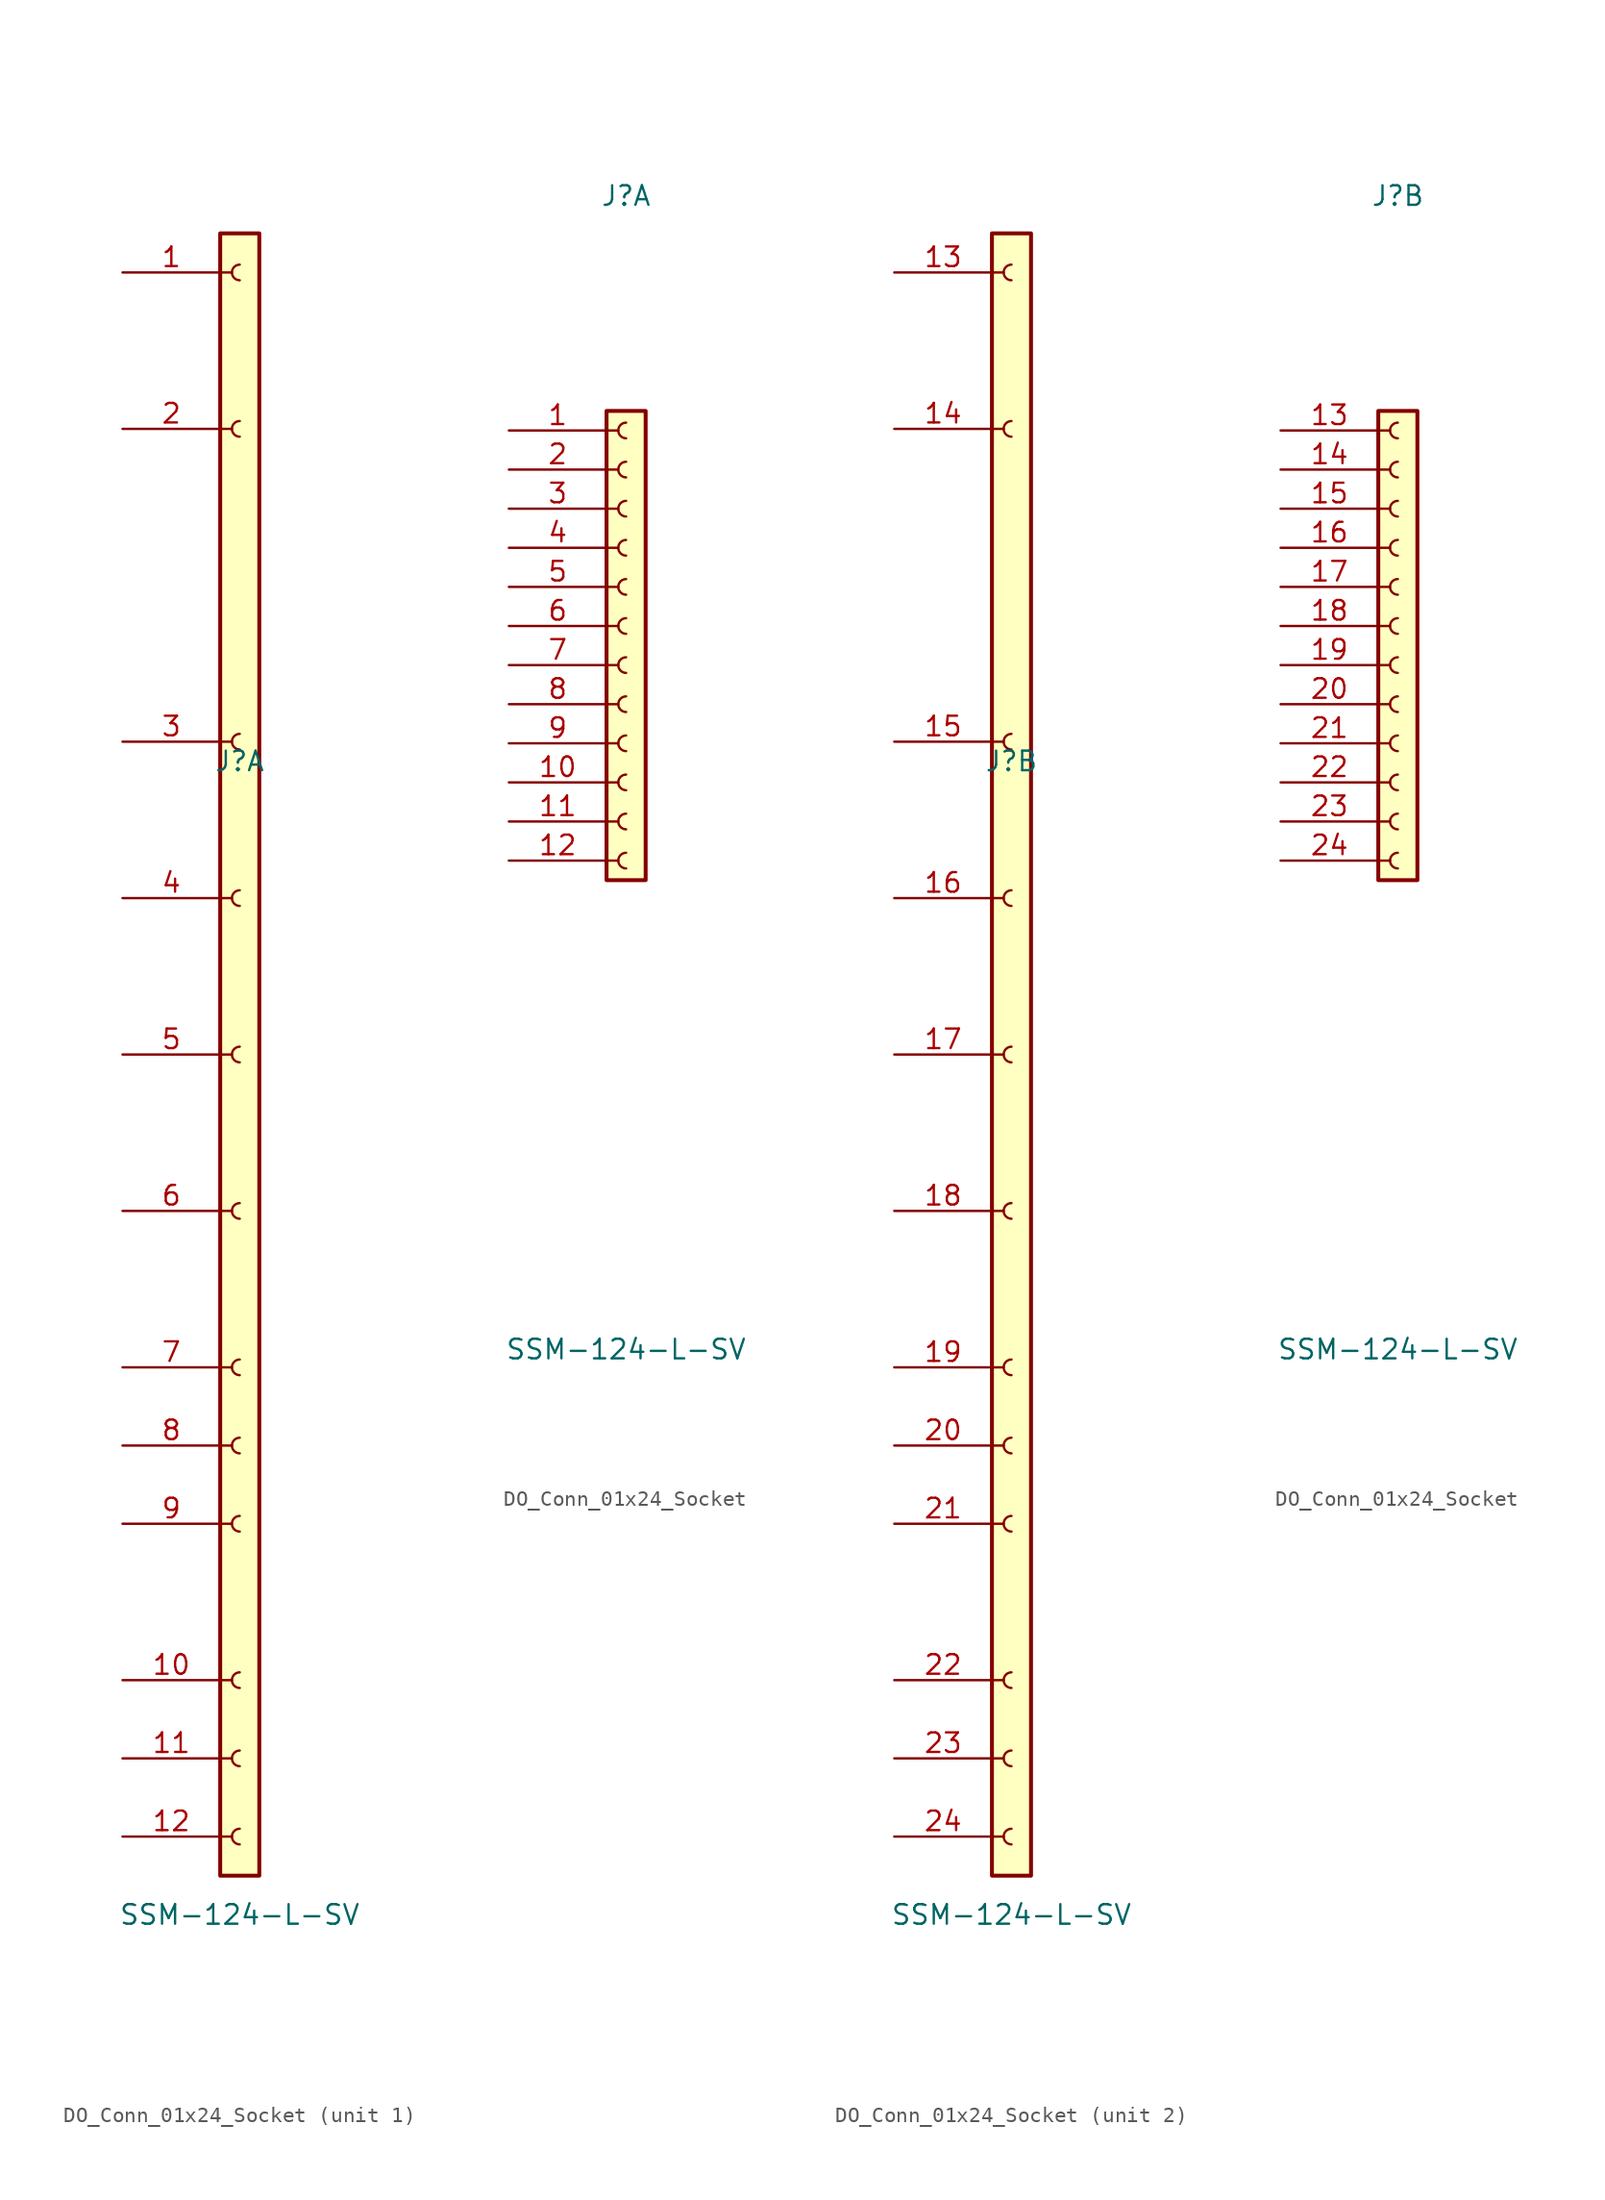
<source format=kicad_sym>
(kicad_symbol_lib
  (version 20220914)
  (generator kicad_symbol_editor)
  (symbol "DO_Conn_01x24_Socket"
    (pin_names
      (offset 1.016) hide)
    (property "Reference" "J"
      (at 0 29.21 0)
      (effects (font (size 1.27 1.27))))
    (property "Value" "SSM-124-L-SV"
      (at 0 -45.72 0)
      (effects (font (size 1.27 1.27))))
    (property "ki_locked" ""
      (at 0 0 0)
      (effects (font (size 1.27 1.27))))
    (symbol "DO_Conn_01x24_Socket_1_1"
      (rectangle (start -1.27 63.5) (end 1.27 -43.18) (stroke (width 0.254) (type default)) (fill (type background)))
      (arc (start 0 -40.132) (mid -0.5058 -40.64) (end 0 -41.148) (stroke (width 0.1524) (type default)) (fill (type none)))
      (arc (start 0 -35.052) (mid -0.5058 -35.56) (end 0 -36.068) (stroke (width 0.1524) (type default)) (fill (type none)))
      (arc (start 0 -29.972) (mid -0.5058 -30.48) (end 0 -30.988) (stroke (width 0.1524) (type default)) (fill (type none)))
      (arc (start 0 -19.812) (mid -0.5058 -20.32) (end 0 -20.828) (stroke (width 0.1524) (type default)) (fill (type none)))
      (arc (start 0 -14.732) (mid -0.5058 -15.24) (end 0 -15.748) (stroke (width 0.1524) (type default)) (fill (type none)))
      (arc (start 0 -9.652) (mid -0.5058 -10.16) (end 0 -10.668) (stroke (width 0.1524) (type default)) (fill (type none)))
      (polyline (pts (xy -1.27 -40.64) (xy -0.508 -40.64)) (stroke (width 0.152) (type default)) (fill (type none)))
      (polyline (pts (xy -1.27 -35.56) (xy -0.508 -35.56)) (stroke (width 0.152) (type default)) (fill (type none)))
      (polyline (pts (xy -1.27 -30.48) (xy -0.508 -30.48)) (stroke (width 0.152) (type default)) (fill (type none)))
      (polyline (pts (xy -1.27 -20.32) (xy -0.508 -20.32)) (stroke (width 0.152) (type default)) (fill (type none)))
      (polyline (pts (xy -1.27 -15.24) (xy -0.508 -15.24)) (stroke (width 0.152) (type default)) (fill (type none)))
      (polyline (pts (xy -1.27 -10.16) (xy -0.508 -10.16)) (stroke (width 0.152) (type default)) (fill (type none)))
      (polyline (pts (xy -1.27 0) (xy -0.508 0)) (stroke (width 0.152) (type default)) (fill (type none)))
      (polyline (pts (xy -1.27 10.16) (xy -0.508 10.16)) (stroke (width 0.152) (type default)) (fill (type none)))
      (polyline (pts (xy -1.27 20.32) (xy -0.508 20.32)) (stroke (width 0.152) (type default)) (fill (type none)))
      (polyline (pts (xy -1.27 30.48) (xy -0.508 30.48)) (stroke (width 0.152) (type default)) (fill (type none)))
      (polyline (pts (xy -1.27 50.8) (xy -0.508 50.8)) (stroke (width 0.152) (type default)) (fill (type none)))
      (polyline (pts (xy -1.27 60.96) (xy -0.508 60.96)) (stroke (width 0.152) (type default)) (fill (type none)))
      (arc (start 0 0.508) (mid -0.5058 0) (end 0 -0.508) (stroke (width 0.1524) (type default)) (fill (type none)))
      (arc (start 0 10.668) (mid -0.5058 10.16) (end 0 9.652) (stroke (width 0.1524) (type default)) (fill (type none)))
      (arc (start 0 20.828) (mid -0.5058 20.32) (end 0 19.812) (stroke (width 0.1524) (type default)) (fill (type none)))
      (arc (start 0 30.988) (mid -0.5058 30.48) (end 0 29.972) (stroke (width 0.1524) (type default)) (fill (type none)))
      (arc (start 0 51.308) (mid -0.5058 50.8) (end 0 50.292) (stroke (width 0.1524) (type default)) (fill (type none)))
      (arc (start 0 61.468) (mid -0.5058 60.96) (end 0 60.452) (stroke (width 0.1524) (type default)) (fill (type none)))
      (pin passive line (at -7.62 60.96 0) (length 6.35) (name "1" (effects (font (size 1.27 1.27)))) (number "1" (effects (font (size 1.27 1.27)))))
      (pin passive line (at -7.62 -30.48 0) (length 6.35) (name "10" (effects (font (size 1.27 1.27)))) (number "10" (effects (font (size 1.27 1.27)))))
      (pin passive line (at -7.62 -35.56 0) (length 6.35) (name "11" (effects (font (size 1.27 1.27)))) (number "11" (effects (font (size 1.27 1.27)))))
      (pin passive line (at -7.62 -40.64 0) (length 6.35) (name "12" (effects (font (size 1.27 1.27)))) (number "12" (effects (font (size 1.27 1.27)))))
      (pin passive line (at -7.62 50.8 0) (length 6.35) (name "2" (effects (font (size 1.27 1.27)))) (number "2" (effects (font (size 1.27 1.27)))))
      (pin passive line (at -7.62 30.48 0) (length 6.35) (name "3" (effects (font (size 1.27 1.27)))) (number "3" (effects (font (size 1.27 1.27)))))
      (pin passive line (at -7.62 20.32 0) (length 6.35) (name "4" (effects (font (size 1.27 1.27)))) (number "4" (effects (font (size 1.27 1.27)))))
      (pin passive line (at -7.62 10.16 0) (length 6.35) (name "5" (effects (font (size 1.27 1.27)))) (number "5" (effects (font (size 1.27 1.27)))))
      (pin passive line (at -7.62 0 0) (length 6.35) (name "6" (effects (font (size 1.27 1.27)))) (number "6" (effects (font (size 1.27 1.27)))))
      (pin passive line (at -7.62 -10.16 0) (length 6.35) (name "7" (effects (font (size 1.27 1.27)))) (number "7" (effects (font (size 1.27 1.27)))))
      (pin passive line (at -7.62 -15.24 0) (length 6.35) (name "8" (effects (font (size 1.27 1.27)))) (number "8" (effects (font (size 1.27 1.27)))))
      (pin passive line (at -7.62 -20.32 0) (length 6.35) (name "9" (effects (font (size 1.27 1.27)))) (number "9" (effects (font (size 1.27 1.27))))))
    (symbol "DO_Conn_01x24_Socket_1_2"
      (rectangle (start -1.27 15.24) (end 1.27 -15.24) (stroke (width 0.254) (type default)) (fill (type background)))
      (arc (start -0.002 6.858) (mid -0.508 6.35) (end -0.002 5.842) (stroke (width 0.1524) (type default)) (fill (type none)))
      (arc (start 0 -13.462) (mid -0.506 -13.97) (end 0 -14.478) (stroke (width 0.1524) (type default)) (fill (type none)))
      (arc (start 0 -10.922) (mid -0.506 -11.43) (end 0 -11.938) (stroke (width 0.1524) (type default)) (fill (type none)))
      (arc (start 0 -8.382) (mid -0.506 -8.89) (end 0 -9.398) (stroke (width 0.1524) (type default)) (fill (type none)))
      (arc (start 0 -5.842) (mid -0.506 -6.35) (end 0 -6.858) (stroke (width 0.1524) (type default)) (fill (type none)))
      (arc (start 0 -3.302) (mid -0.506 -3.81) (end 0 -4.318) (stroke (width 0.1524) (type default)) (fill (type none)))
      (arc (start 0 -0.762) (mid -0.506 -1.27) (end 0 -1.778) (stroke (width 0.1524) (type default)) (fill (type none)))
      (polyline (pts (xy -1.27 -13.97) (xy -0.508 -13.97)) (stroke (width 0.152) (type default)) (fill (type none)))
      (polyline (pts (xy -1.27 -11.43) (xy -0.508 -11.43)) (stroke (width 0.152) (type default)) (fill (type none)))
      (polyline (pts (xy -1.27 -8.89) (xy -0.508 -8.89)) (stroke (width 0.152) (type default)) (fill (type none)))
      (polyline (pts (xy -1.27 -6.35) (xy -0.508 -6.35)) (stroke (width 0.152) (type default)) (fill (type none)))
      (polyline (pts (xy -1.27 -3.81) (xy -0.508 -3.81)) (stroke (width 0.152) (type default)) (fill (type none)))
      (polyline (pts (xy -1.27 -1.27) (xy -0.508 -1.27)) (stroke (width 0.152) (type default)) (fill (type none)))
      (polyline (pts (xy -1.27 1.27) (xy -0.508 1.27)) (stroke (width 0.152) (type default)) (fill (type none)))
      (polyline (pts (xy -1.27 3.81) (xy -0.508 3.81)) (stroke (width 0.152) (type default)) (fill (type none)))
      (polyline (pts (xy -1.27 6.35) (xy -0.508 6.35)) (stroke (width 0.152) (type default)) (fill (type none)))
      (polyline (pts (xy -1.27 8.89) (xy -0.508 8.89)) (stroke (width 0.152) (type default)) (fill (type none)))
      (polyline (pts (xy -1.27 11.43) (xy -0.508 11.43)) (stroke (width 0.152) (type default)) (fill (type none)))
      (polyline (pts (xy -1.27 13.97) (xy -0.508 13.97)) (stroke (width 0.152) (type default)) (fill (type none)))
      (arc (start 0 1.778) (mid -0.506 1.27) (end 0 0.762) (stroke (width 0.1524) (type default)) (fill (type none)))
      (arc (start 0 4.318) (mid -0.506 3.81) (end 0 3.302) (stroke (width 0.1524) (type default)) (fill (type none)))
      (arc (start 0 9.398) (mid -0.506 8.89) (end 0 8.382) (stroke (width 0.1524) (type default)) (fill (type none)))
      (arc (start 0 11.938) (mid -0.5058 11.43) (end 0 10.922) (stroke (width 0.1524) (type default)) (fill (type none)))
      (arc (start 0 14.478) (mid -0.5058 13.97) (end 0 13.462) (stroke (width 0.1524) (type default)) (fill (type none)))
      (pin passive line (at -7.62 13.97 0) (length 6.35) (name "1" (effects (font (size 1.27 1.27)))) (number "1" (effects (font (size 1.27 1.27)))))
      (pin passive line (at -7.62 -8.89 0) (length 6.35) (name "10" (effects (font (size 1.27 1.27)))) (number "10" (effects (font (size 1.27 1.27)))))
      (pin passive line (at -7.62 -11.43 0) (length 6.35) (name "11" (effects (font (size 1.27 1.27)))) (number "11" (effects (font (size 1.27 1.27)))))
      (pin passive line (at -7.62 -13.97 0) (length 6.35) (name "12" (effects (font (size 1.27 1.27)))) (number "12" (effects (font (size 1.27 1.27)))))
      (pin passive line (at -7.62 11.43 0) (length 6.35) (name "2" (effects (font (size 1.27 1.27)))) (number "2" (effects (font (size 1.27 1.27)))))
      (pin passive line (at -7.62 8.89 0) (length 6.35) (name "3" (effects (font (size 1.27 1.27)))) (number "3" (effects (font (size 1.27 1.27)))))
      (pin passive line (at -7.62 6.35 0) (length 6.35) (name "4" (effects (font (size 1.27 1.27)))) (number "4" (effects (font (size 1.27 1.27)))))
      (pin passive line (at -7.62 3.81 0) (length 6.35) (name "5" (effects (font (size 1.27 1.27)))) (number "5" (effects (font (size 1.27 1.27)))))
      (pin passive line (at -7.62 1.27 0) (length 6.35) (name "6" (effects (font (size 1.27 1.27)))) (number "6" (effects (font (size 1.27 1.27)))))
      (pin passive line (at -7.62 -1.27 0) (length 6.35) (name "7" (effects (font (size 1.27 1.27)))) (number "7" (effects (font (size 1.27 1.27)))))
      (pin passive line (at -7.62 -3.81 0) (length 6.35) (name "8" (effects (font (size 1.27 1.27)))) (number "8" (effects (font (size 1.27 1.27)))))
      (pin passive line (at -7.62 -6.35 0) (length 6.35) (name "9" (effects (font (size 1.27 1.27)))) (number "9" (effects (font (size 1.27 1.27))))))
    (symbol "DO_Conn_01x24_Socket_2_1"
      (rectangle (start -1.27 63.5) (end 1.27 -43.18) (stroke (width 0.254) (type default)) (fill (type background)))
      (arc (start 0 -40.132) (mid -0.5058 -40.64) (end 0 -41.148) (stroke (width 0.1524) (type default)) (fill (type none)))
      (arc (start 0 -35.052) (mid -0.5058 -35.56) (end 0 -36.068) (stroke (width 0.1524) (type default)) (fill (type none)))
      (arc (start 0 -29.972) (mid -0.5058 -30.48) (end 0 -30.988) (stroke (width 0.1524) (type default)) (fill (type none)))
      (arc (start 0 -19.812) (mid -0.5058 -20.32) (end 0 -20.828) (stroke (width 0.1524) (type default)) (fill (type none)))
      (arc (start 0 -14.732) (mid -0.5058 -15.24) (end 0 -15.748) (stroke (width 0.1524) (type default)) (fill (type none)))
      (arc (start 0 -9.652) (mid -0.5058 -10.16) (end 0 -10.668) (stroke (width 0.1524) (type default)) (fill (type none)))
      (polyline (pts (xy -1.27 -40.64) (xy -0.508 -40.64)) (stroke (width 0.152) (type default)) (fill (type none)))
      (polyline (pts (xy -1.27 -35.56) (xy -0.508 -35.56)) (stroke (width 0.152) (type default)) (fill (type none)))
      (polyline (pts (xy -1.27 -30.48) (xy -0.508 -30.48)) (stroke (width 0.152) (type default)) (fill (type none)))
      (polyline (pts (xy -1.27 -20.32) (xy -0.508 -20.32)) (stroke (width 0.152) (type default)) (fill (type none)))
      (polyline (pts (xy -1.27 -15.24) (xy -0.508 -15.24)) (stroke (width 0.152) (type default)) (fill (type none)))
      (polyline (pts (xy -1.27 -10.16) (xy -0.508 -10.16)) (stroke (width 0.152) (type default)) (fill (type none)))
      (polyline (pts (xy -1.27 0) (xy -0.508 0)) (stroke (width 0.152) (type default)) (fill (type none)))
      (polyline (pts (xy -1.27 10.16) (xy -0.508 10.16)) (stroke (width 0.152) (type default)) (fill (type none)))
      (polyline (pts (xy -1.27 20.32) (xy -0.508 20.32)) (stroke (width 0.152) (type default)) (fill (type none)))
      (polyline (pts (xy -1.27 30.48) (xy -0.508 30.48)) (stroke (width 0.152) (type default)) (fill (type none)))
      (polyline (pts (xy -1.27 50.8) (xy -0.508 50.8)) (stroke (width 0.152) (type default)) (fill (type none)))
      (polyline (pts (xy -1.27 60.96) (xy -0.508 60.96)) (stroke (width 0.152) (type default)) (fill (type none)))
      (arc (start 0 0.508) (mid -0.5058 0) (end 0 -0.508) (stroke (width 0.1524) (type default)) (fill (type none)))
      (arc (start 0 10.668) (mid -0.5058 10.16) (end 0 9.652) (stroke (width 0.1524) (type default)) (fill (type none)))
      (arc (start 0 20.828) (mid -0.5058 20.32) (end 0 19.812) (stroke (width 0.1524) (type default)) (fill (type none)))
      (arc (start 0 30.988) (mid -0.5058 30.48) (end 0 29.972) (stroke (width 0.1524) (type default)) (fill (type none)))
      (arc (start 0 51.308) (mid -0.5058 50.8) (end 0 50.292) (stroke (width 0.1524) (type default)) (fill (type none)))
      (arc (start 0 61.468) (mid -0.5058 60.96) (end 0 60.452) (stroke (width 0.1524) (type default)) (fill (type none)))
      (pin passive line (at -7.62 60.96 0) (length 6.35) (name "13" (effects (font (size 1.27 1.27)))) (number "13" (effects (font (size 1.27 1.27)))))
      (pin passive line (at -7.62 50.8 0) (length 6.35) (name "14" (effects (font (size 1.27 1.27)))) (number "14" (effects (font (size 1.27 1.27)))))
      (pin passive line (at -7.62 30.48 0) (length 6.35) (name "15" (effects (font (size 1.27 1.27)))) (number "15" (effects (font (size 1.27 1.27)))))
      (pin passive line (at -7.62 20.32 0) (length 6.35) (name "16" (effects (font (size 1.27 1.27)))) (number "16" (effects (font (size 1.27 1.27)))))
      (pin passive line (at -7.62 10.16 0) (length 6.35) (name "17" (effects (font (size 1.27 1.27)))) (number "17" (effects (font (size 1.27 1.27)))))
      (pin passive line (at -7.62 0 0) (length 6.35) (name "18" (effects (font (size 1.27 1.27)))) (number "18" (effects (font (size 1.27 1.27)))))
      (pin passive line (at -7.62 -10.16 0) (length 6.35) (name "19" (effects (font (size 1.27 1.27)))) (number "19" (effects (font (size 1.27 1.27)))))
      (pin passive line (at -7.62 -15.24 0) (length 6.35) (name "20" (effects (font (size 1.27 1.27)))) (number "20" (effects (font (size 1.27 1.27)))))
      (pin passive line (at -7.62 -20.32 0) (length 6.35) (name "21" (effects (font (size 1.27 1.27)))) (number "21" (effects (font (size 1.27 1.27)))))
      (pin passive line (at -7.62 -30.48 0) (length 6.35) (name "22" (effects (font (size 1.27 1.27)))) (number "22" (effects (font (size 1.27 1.27)))))
      (pin passive line (at -7.62 -35.56 0) (length 6.35) (name "23" (effects (font (size 1.27 1.27)))) (number "23" (effects (font (size 1.27 1.27)))))
      (pin passive line (at -7.62 -40.64 0) (length 6.35) (name "24" (effects (font (size 1.27 1.27)))) (number "24" (effects (font (size 1.27 1.27))))))
    (symbol "DO_Conn_01x24_Socket_2_2"
      (rectangle (start -1.27 15.24) (end 1.27 -15.24) (stroke (width 0.254) (type default)) (fill (type background)))
      (arc (start -0.002 6.858) (mid -0.508 6.35) (end -0.002 5.842) (stroke (width 0.1524) (type default)) (fill (type none)))
      (arc (start 0 -13.462) (mid -0.506 -13.97) (end 0 -14.478) (stroke (width 0.1524) (type default)) (fill (type none)))
      (arc (start 0 -10.922) (mid -0.506 -11.43) (end 0 -11.938) (stroke (width 0.1524) (type default)) (fill (type none)))
      (arc (start 0 -8.382) (mid -0.506 -8.89) (end 0 -9.398) (stroke (width 0.1524) (type default)) (fill (type none)))
      (arc (start 0 -5.842) (mid -0.506 -6.35) (end 0 -6.858) (stroke (width 0.1524) (type default)) (fill (type none)))
      (arc (start 0 -3.302) (mid -0.506 -3.81) (end 0 -4.318) (stroke (width 0.1524) (type default)) (fill (type none)))
      (arc (start 0 -0.762) (mid -0.506 -1.27) (end 0 -1.778) (stroke (width 0.1524) (type default)) (fill (type none)))
      (polyline (pts (xy -1.27 -13.97) (xy -0.508 -13.97)) (stroke (width 0.152) (type default)) (fill (type none)))
      (polyline (pts (xy -1.27 -11.43) (xy -0.508 -11.43)) (stroke (width 0.152) (type default)) (fill (type none)))
      (polyline (pts (xy -1.27 -8.89) (xy -0.508 -8.89)) (stroke (width 0.152) (type default)) (fill (type none)))
      (polyline (pts (xy -1.27 -6.35) (xy -0.508 -6.35)) (stroke (width 0.152) (type default)) (fill (type none)))
      (polyline (pts (xy -1.27 -3.81) (xy -0.508 -3.81)) (stroke (width 0.152) (type default)) (fill (type none)))
      (polyline (pts (xy -1.27 -1.27) (xy -0.508 -1.27)) (stroke (width 0.152) (type default)) (fill (type none)))
      (polyline (pts (xy -1.27 1.27) (xy -0.508 1.27)) (stroke (width 0.152) (type default)) (fill (type none)))
      (polyline (pts (xy -1.27 3.81) (xy -0.508 3.81)) (stroke (width 0.152) (type default)) (fill (type none)))
      (polyline (pts (xy -1.27 6.35) (xy -0.508 6.35)) (stroke (width 0.152) (type default)) (fill (type none)))
      (polyline (pts (xy -1.27 8.89) (xy -0.508 8.89)) (stroke (width 0.152) (type default)) (fill (type none)))
      (polyline (pts (xy -1.27 11.43) (xy -0.508 11.43)) (stroke (width 0.152) (type default)) (fill (type none)))
      (polyline (pts (xy -1.27 13.97) (xy -0.508 13.97)) (stroke (width 0.152) (type default)) (fill (type none)))
      (arc (start 0 1.778) (mid -0.506 1.27) (end 0 0.762) (stroke (width 0.1524) (type default)) (fill (type none)))
      (arc (start 0 4.318) (mid -0.506 3.81) (end 0 3.302) (stroke (width 0.1524) (type default)) (fill (type none)))
      (arc (start 0 9.398) (mid -0.506 8.89) (end 0 8.382) (stroke (width 0.1524) (type default)) (fill (type none)))
      (arc (start 0 11.938) (mid -0.5058 11.43) (end 0 10.922) (stroke (width 0.1524) (type default)) (fill (type none)))
      (arc (start 0 14.478) (mid -0.5058 13.97) (end 0 13.462) (stroke (width 0.1524) (type default)) (fill (type none)))
      (pin passive line (at -7.62 13.97 0) (length 6.35) (name "13" (effects (font (size 1.27 1.27)))) (number "13" (effects (font (size 1.27 1.27)))))
      (pin passive line (at -7.62 11.43 0) (length 6.35) (name "14" (effects (font (size 1.27 1.27)))) (number "14" (effects (font (size 1.27 1.27)))))
      (pin passive line (at -7.62 8.89 0) (length 6.35) (name "15" (effects (font (size 1.27 1.27)))) (number "15" (effects (font (size 1.27 1.27)))))
      (pin passive line (at -7.62 6.35 0) (length 6.35) (name "16" (effects (font (size 1.27 1.27)))) (number "16" (effects (font (size 1.27 1.27)))))
      (pin passive line (at -7.62 3.81 0) (length 6.35) (name "17" (effects (font (size 1.27 1.27)))) (number "17" (effects (font (size 1.27 1.27)))))
      (pin passive line (at -7.62 1.27 0) (length 6.35) (name "18" (effects (font (size 1.27 1.27)))) (number "18" (effects (font (size 1.27 1.27)))))
      (pin passive line (at -7.62 -1.27 0) (length 6.35) (name "19" (effects (font (size 1.27 1.27)))) (number "19" (effects (font (size 1.27 1.27)))))
      (pin passive line (at -7.62 -3.81 0) (length 6.35) (name "20" (effects (font (size 1.27 1.27)))) (number "20" (effects (font (size 1.27 1.27)))))
      (pin passive line (at -7.62 -6.35 0) (length 6.35) (name "21" (effects (font (size 1.27 1.27)))) (number "21" (effects (font (size 1.27 1.27)))))
      (pin passive line (at -7.62 -8.89 0) (length 6.35) (name "22" (effects (font (size 1.27 1.27)))) (number "22" (effects (font (size 1.27 1.27)))))
      (pin passive line (at -7.62 -11.43 0) (length 6.35) (name "23" (effects (font (size 1.27 1.27)))) (number "23" (effects (font (size 1.27 1.27)))))
      (pin passive line (at -7.62 -13.97 0) (length 6.35) (name "24" (effects (font (size 1.27 1.27)))) (number "24" (effects (font (size 1.27 1.27))))))))
</source>
